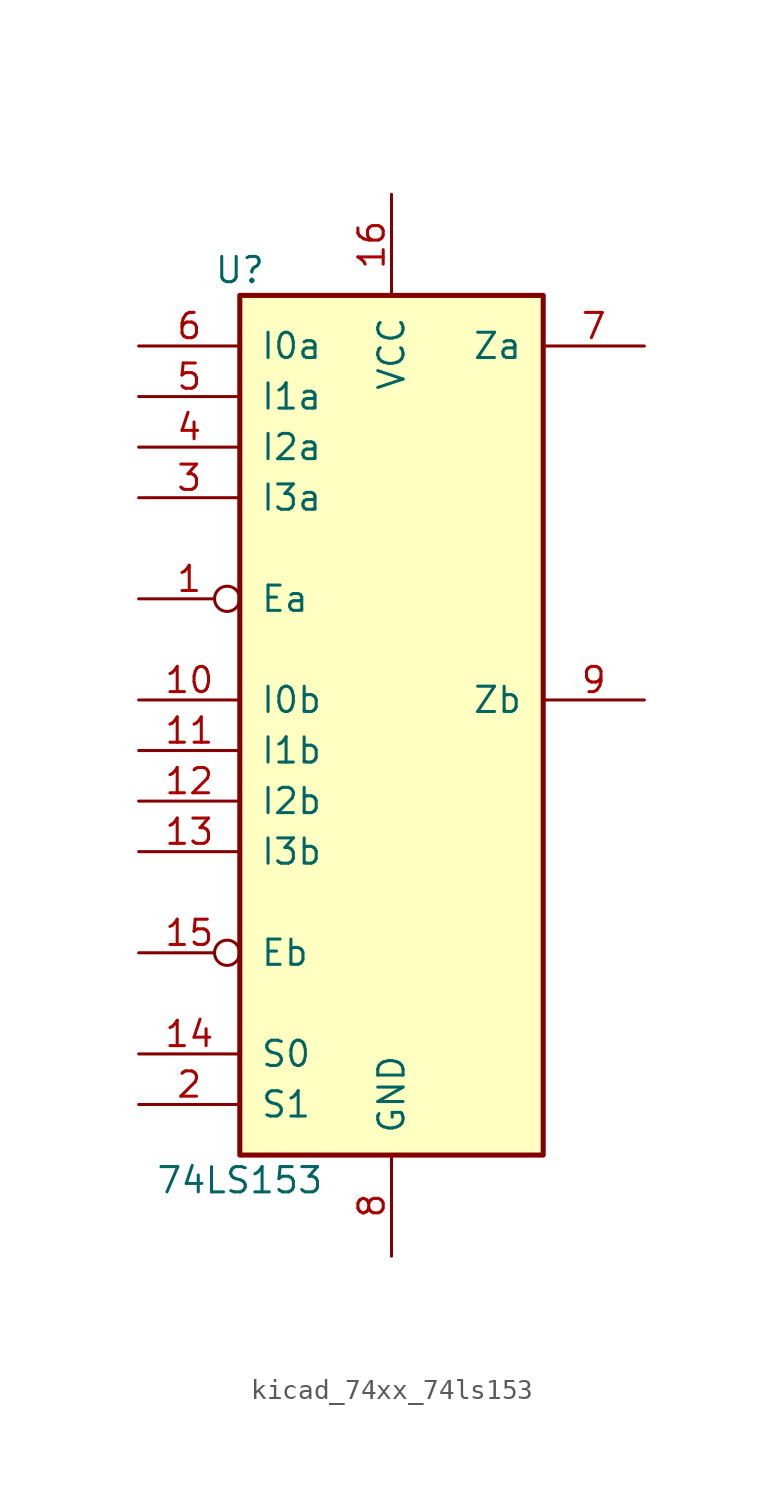
<source format=kicad_sym>
(kicad_symbol_lib
  (version 20220914)
  (generator kicad_symbol_editor)
  (symbol "kicad_74xx_74ls153"
    (pin_names
      (offset 1.016))
    (property "Reference" "U"
      (at -7.62 21.59 0)
      (effects (font (size 1.27 1.27))))
    (property "Value" "74LS153"
      (at -7.62 -24.13 0)
      (effects (font (size 1.27 1.27))))
    (property "ki_locked" ""
      (at 0 0 0)
      (effects (font (size 1.27 1.27))))
    (symbol "kicad_74xx_74ls153_1_0"
      (pin input inverted (at -12.7 5.08 0) (length 5.08) (name "Ea" (effects (font (size 1.27 1.27)))) (number "1" (effects (font (size 1.27 1.27)))))
      (pin input line (at -12.7 0 0) (length 5.08) (name "I0b" (effects (font (size 1.27 1.27)))) (number "10" (effects (font (size 1.27 1.27)))))
      (pin input line (at -12.7 -2.54 0) (length 5.08) (name "I1b" (effects (font (size 1.27 1.27)))) (number "11" (effects (font (size 1.27 1.27)))))
      (pin input line (at -12.7 -5.08 0) (length 5.08) (name "I2b" (effects (font (size 1.27 1.27)))) (number "12" (effects (font (size 1.27 1.27)))))
      (pin input line (at -12.7 -7.62 0) (length 5.08) (name "I3b" (effects (font (size 1.27 1.27)))) (number "13" (effects (font (size 1.27 1.27)))))
      (pin input line (at -12.7 -17.78 0) (length 5.08) (name "S0" (effects (font (size 1.27 1.27)))) (number "14" (effects (font (size 1.27 1.27)))))
      (pin input inverted (at -12.7 -12.7 0) (length 5.08) (name "Eb" (effects (font (size 1.27 1.27)))) (number "15" (effects (font (size 1.27 1.27)))))
      (pin power_in line (at 0 25.4 270) (length 5.08) (name "VCC" (effects (font (size 1.27 1.27)))) (number "16" (effects (font (size 1.27 1.27)))))
      (pin input line (at -12.7 -20.32 0) (length 5.08) (name "S1" (effects (font (size 1.27 1.27)))) (number "2" (effects (font (size 1.27 1.27)))))
      (pin input line (at -12.7 10.16 0) (length 5.08) (name "I3a" (effects (font (size 1.27 1.27)))) (number "3" (effects (font (size 1.27 1.27)))))
      (pin input line (at -12.7 12.7 0) (length 5.08) (name "I2a" (effects (font (size 1.27 1.27)))) (number "4" (effects (font (size 1.27 1.27)))))
      (pin input line (at -12.7 15.24 0) (length 5.08) (name "I1a" (effects (font (size 1.27 1.27)))) (number "5" (effects (font (size 1.27 1.27)))))
      (pin input line (at -12.7 17.78 0) (length 5.08) (name "I0a" (effects (font (size 1.27 1.27)))) (number "6" (effects (font (size 1.27 1.27)))))
      (pin output line (at 12.7 17.78 180) (length 5.08) (name "Za" (effects (font (size 1.27 1.27)))) (number "7" (effects (font (size 1.27 1.27)))))
      (pin power_in line (at 0 -27.94 90) (length 5.08) (name "GND" (effects (font (size 1.27 1.27)))) (number "8" (effects (font (size 1.27 1.27)))))
      (pin output line (at 12.7 0 180) (length 5.08) (name "Zb" (effects (font (size 1.27 1.27)))) (number "9" (effects (font (size 1.27 1.27))))))
    (symbol "kicad_74xx_74ls153_1_1"
      (rectangle (start -7.62 20.32) (end 7.62 -22.86) (stroke (width 0.254) (type default)) (fill (type background))))))
</source>
